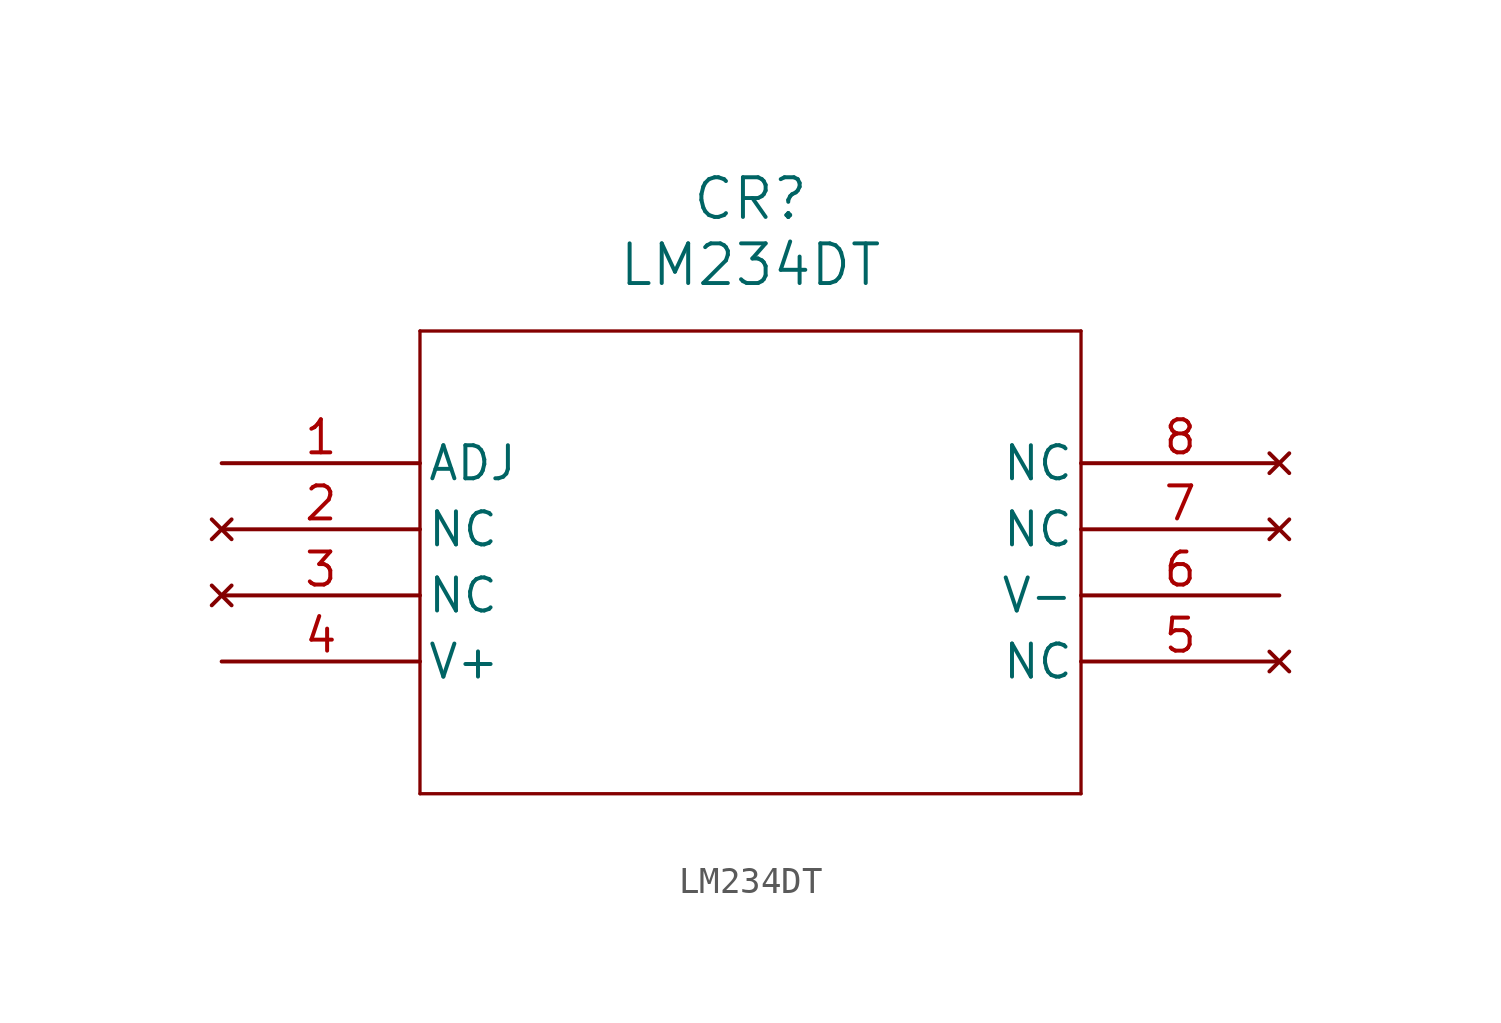
<source format=kicad_sym>
(kicad_symbol_lib
  (version 20220914)
  (generator kicad_symbol_editor)
  (symbol "LM234DT"
    (pin_names
      (offset 0.254))
    (property "Reference" "CR"
      (at 20.32 10.16 0)
      (effects (font (size 1.524 1.524))))
    (property "Value" "LM234DT"
      (at 20.32 7.62 0)
      (effects (font (size 1.524 1.524))))
    (symbol "LM234DT_0_1"
      (polyline (pts (xy 7.62 -12.7) (xy 33.02 -12.7)) (stroke (width 0.127) (type default)) (fill (type none)))
      (polyline (pts (xy 7.62 5.08) (xy 7.62 -12.7)) (stroke (width 0.127) (type default)) (fill (type none)))
      (polyline (pts (xy 33.02 -12.7) (xy 33.02 5.08)) (stroke (width 0.127) (type default)) (fill (type none)))
      (polyline (pts (xy 33.02 5.08) (xy 7.62 5.08)) (stroke (width 0.127) (type default)) (fill (type none)))
      (pin unspecified line (at 0 0 0) (length 7.62) (name "ADJ" (effects (font (size 1.27 1.27)))) (number "1" (effects (font (size 1.27 1.27)))))
      (pin no_connect line (at 0 -2.54 0) (length 7.62) (name "NC" (effects (font (size 1.27 1.27)))) (number "2" (effects (font (size 1.27 1.27)))))
      (pin no_connect line (at 0 -5.08 0) (length 7.62) (name "NC" (effects (font (size 1.27 1.27)))) (number "3" (effects (font (size 1.27 1.27)))))
      (pin power_in line (at 0 -7.62 0) (length 7.62) (name "V+" (effects (font (size 1.27 1.27)))) (number "4" (effects (font (size 1.27 1.27)))))
      (pin no_connect line (at 40.64 -7.62 180) (length 7.62) (name "NC" (effects (font (size 1.27 1.27)))) (number "5" (effects (font (size 1.27 1.27)))))
      (pin power_in line (at 40.64 -5.08 180) (length 7.62) (name "V-" (effects (font (size 1.27 1.27)))) (number "6" (effects (font (size 1.27 1.27)))))
      (pin no_connect line (at 40.64 -2.54 180) (length 7.62) (name "NC" (effects (font (size 1.27 1.27)))) (number "7" (effects (font (size 1.27 1.27)))))
      (pin no_connect line (at 40.64 0 180) (length 7.62) (name "NC" (effects (font (size 1.27 1.27)))) (number "8" (effects (font (size 1.27 1.27))))))))
</source>
